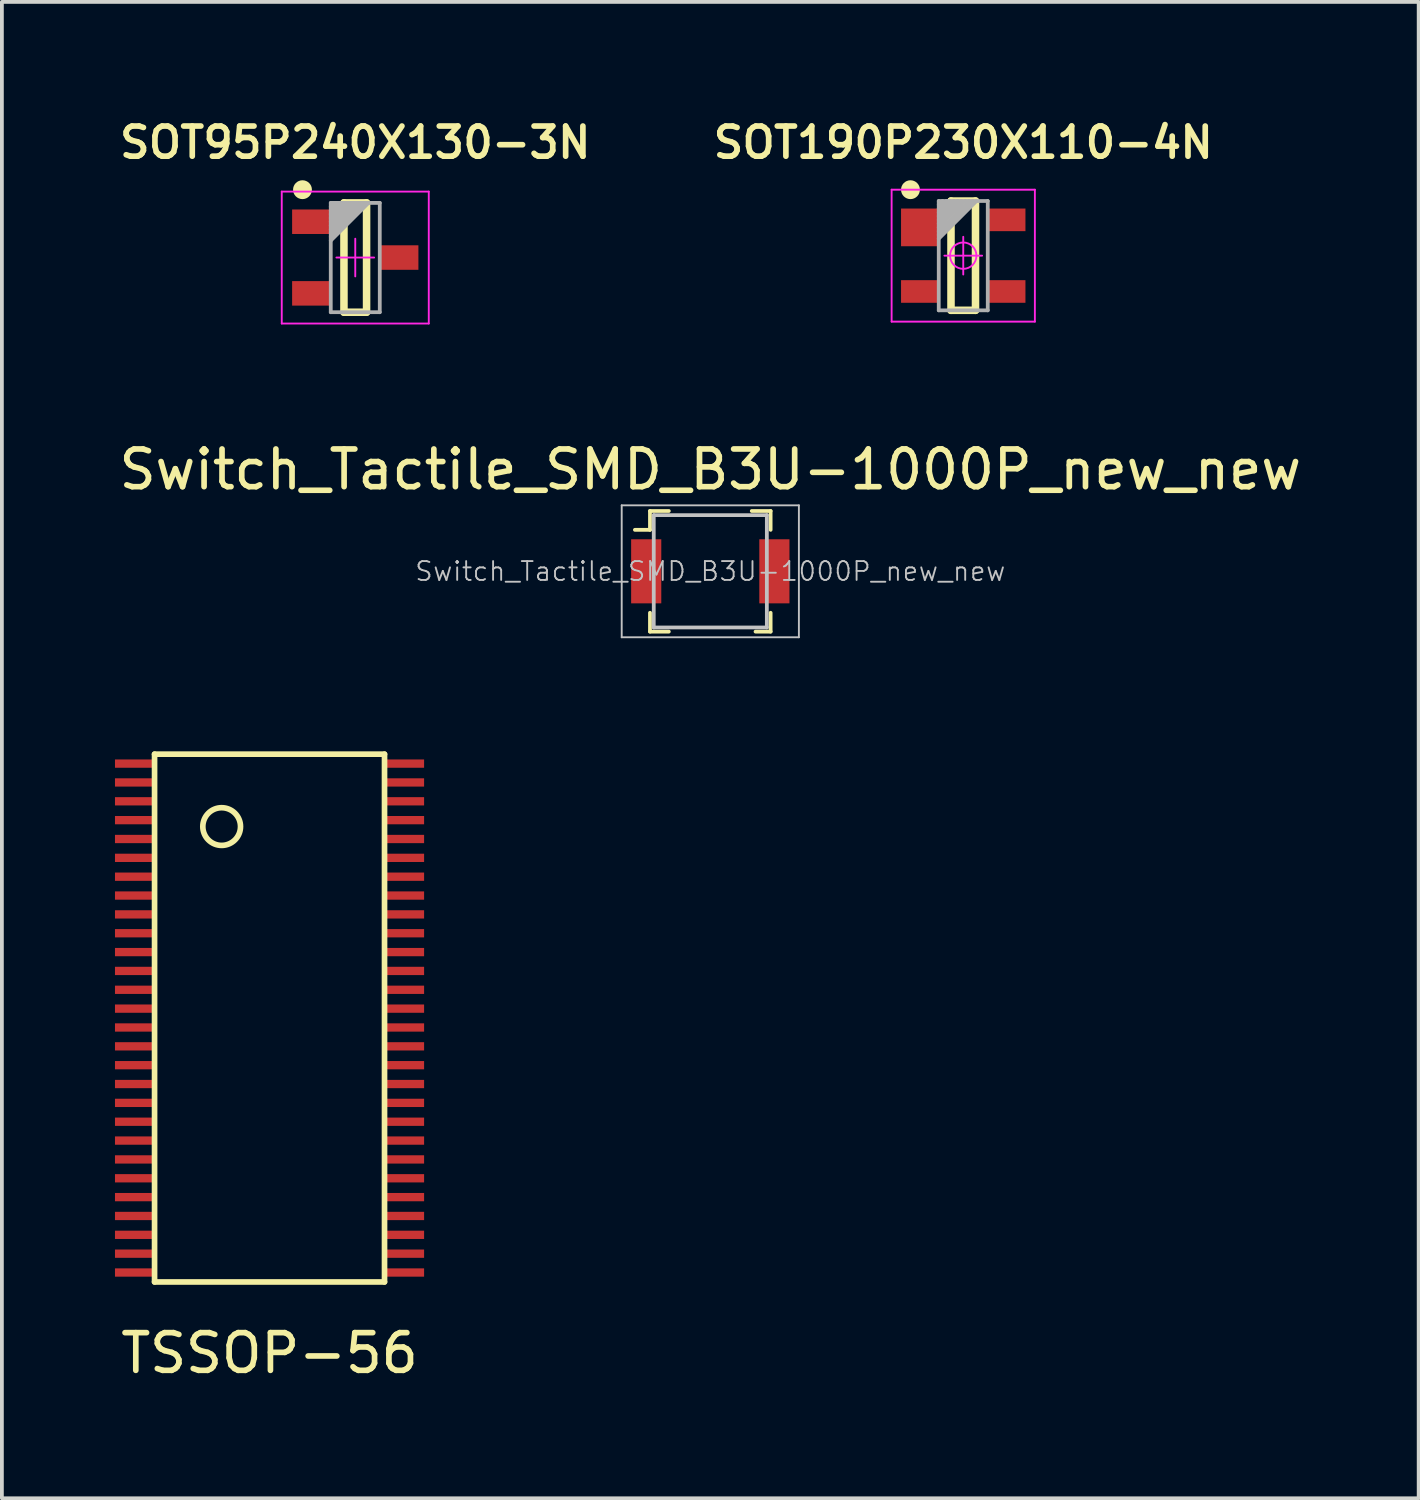
<source format=kicad_pcb>
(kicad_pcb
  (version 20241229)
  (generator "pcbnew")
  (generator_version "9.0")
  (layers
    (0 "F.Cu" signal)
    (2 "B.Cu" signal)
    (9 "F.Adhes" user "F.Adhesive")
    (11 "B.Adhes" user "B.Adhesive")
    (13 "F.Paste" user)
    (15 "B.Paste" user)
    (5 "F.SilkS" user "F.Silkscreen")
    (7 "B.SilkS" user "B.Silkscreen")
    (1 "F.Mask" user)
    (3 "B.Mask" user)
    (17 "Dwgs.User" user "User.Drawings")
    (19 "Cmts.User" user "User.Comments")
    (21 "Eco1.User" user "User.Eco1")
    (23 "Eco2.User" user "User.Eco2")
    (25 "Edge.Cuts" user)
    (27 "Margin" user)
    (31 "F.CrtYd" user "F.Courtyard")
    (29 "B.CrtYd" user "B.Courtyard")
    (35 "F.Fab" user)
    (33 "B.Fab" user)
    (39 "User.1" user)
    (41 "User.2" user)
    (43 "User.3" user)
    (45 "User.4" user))
  (footprint "SOT95P240X130-3N"
    (layer "F.Cu")
    (at 6.374 3.782)
    (property "Reference" "SOT95P240X130-3N" (at 0 -3.051 0) (layer "F.SilkS") (effects (font (size 0.8 0.8) (thickness 0.15))))
    (attr through_hole)
    (fp_line (start -0.3 -1.45) (end 0.3 -1.45) (stroke (width 0.2) (type solid)) (layer "F.SilkS"))
    (fp_line (start -0.3 1.45) (end -0.3 -1.45) (stroke (width 0.2) (type solid)) (layer "F.SilkS"))
    (fp_line (start -0.3 1.45) (end 0.3 1.45) (stroke (width 0.2) (type solid)) (layer "F.SilkS"))
    (fp_line (start 0.3 1.45) (end 0.3 -1.45) (stroke (width 0.2) (type solid)) (layer "F.SilkS"))
    (fp_circle (center -1.4 -1.8) (end -1.275 -1.8) (stroke (width 0.25) (type solid)) (fill no) (layer "F.SilkS"))
    (fp_line (start -1.95 -1.75) (end 1.95 -1.75) (stroke (width 0.05) (type solid)) (layer "F.CrtYd"))
    (fp_line (start -1.95 1.75) (end -1.95 -1.75) (stroke (width 0.05) (type solid)) (layer "F.CrtYd"))
    (fp_line (start -1.95 1.75) (end 1.95 1.75) (stroke (width 0.05) (type solid)) (layer "F.CrtYd"))
    (fp_line (start -0.5 0) (end 0.5 0) (stroke (width 0.05) (type solid)) (layer "F.CrtYd"))
    (fp_line (start 0 0.5) (end 0 -0.5) (stroke (width 0.05) (type solid)) (layer "F.CrtYd"))
    (fp_line (start 1.95 1.75) (end 1.95 -1.75) (stroke (width 0.05) (type solid)) (layer "F.CrtYd"))
    (fp_line (start -0.65 -1.45) (end 0.65 -1.45) (stroke (width 0.1) (type solid)) (layer "F.Fab"))
    (fp_line (start -0.65 -1.35) (end -0.55 -1.45) (stroke (width 0.1) (type solid)) (layer "F.Fab"))
    (fp_line (start -0.65 -1.25) (end -0.45 -1.45) (stroke (width 0.1) (type solid)) (layer "F.Fab"))
    (fp_line (start -0.65 -1.15) (end -0.35 -1.45) (stroke (width 0.1) (type solid)) (layer "F.Fab"))
    (fp_line (start -0.65 -1.05) (end -0.25 -1.45) (stroke (width 0.1) (type solid)) (layer "F.Fab"))
    (fp_line (start -0.65 -0.95) (end -0.15 -1.45) (stroke (width 0.1) (type solid)) (layer "F.Fab"))
    (fp_line (start -0.65 -0.85) (end -0.05 -1.45) (stroke (width 0.1) (type solid)) (layer "F.Fab"))
    (fp_line (start -0.65 -0.75) (end 0.05 -1.45) (stroke (width 0.1) (type solid)) (layer "F.Fab"))
    (fp_line (start -0.65 -0.65) (end 0.15 -1.45) (stroke (width 0.1) (type solid)) (layer "F.Fab"))
    (fp_line (start -0.65 -0.55) (end 0.25 -1.45) (stroke (width 0.1) (type solid)) (layer "F.Fab"))
    (fp_line (start -0.65 -0.45) (end 0.35 -1.45) (stroke (width 0.1) (type solid)) (layer "F.Fab"))
    (fp_line (start -0.65 1.45) (end -0.65 -1.45) (stroke (width 0.1) (type solid)) (layer "F.Fab"))
    (fp_line (start -0.65 1.45) (end 0.65 1.45) (stroke (width 0.1) (type solid)) (layer "F.Fab"))
    (fp_line (start 0.65 1.45) (end 0.65 -1.45) (stroke (width 0.1) (type solid)) (layer "F.Fab"))
    (pad "1" smd rect (at -1.15 -0.95) (size 1.05 0.65) (layers "F.Cu" "F.Mask" "F.Paste"))
    (pad "2" smd rect (at -1.15 0.95) (size 1.05 0.65) (layers "F.Cu" "F.Mask" "F.Paste"))
    (pad "3" smd rect (at 1.15 0) (size 1.05 0.65) (layers "F.Cu" "F.Mask" "F.Paste")))
  (footprint "TSSOP-56"
    (layer "F.Cu")
    (at 4.1 23.956)
    (property "Reference" "TSSOP-56" (at 0 8.89 0) (layer "F.SilkS") (effects (font (size 1 1) (thickness 0.15))))
    (attr through_hole)
    (fp_line (start -3.05 -7) (end -3.05 7) (stroke (width 0.15) (type solid)) (layer "F.SilkS"))
    (fp_line (start -3.05 7) (end 3.05 7) (stroke (width 0.15) (type solid)) (layer "F.SilkS"))
    (fp_line (start 3.05 -7) (end -3.05 -7) (stroke (width 0.15) (type solid)) (layer "F.SilkS"))
    (fp_line (start 3.05 7) (end 3.05 -7) (stroke (width 0.15) (type solid)) (layer "F.SilkS"))
    (fp_circle (center -1.27 -5.08) (end -0.77 -5.08) (stroke (width 0.15) (type solid)) (fill no) (layer "F.SilkS"))
    (pad "1" smd rect (at -3.55 -6.75) (size 1.1 0.22) (layers "F.Cu" "F.Mask" "F.Paste"))
    (pad "2" smd rect (at -3.55 -6.25) (size 1.1 0.22) (layers "F.Cu" "F.Mask" "F.Paste"))
    (pad "3" smd rect (at -3.55 -5.75) (size 1.1 0.22) (layers "F.Cu" "F.Mask" "F.Paste"))
    (pad "4" smd rect (at -3.55 -5.25) (size 1.1 0.22) (layers "F.Cu" "F.Mask" "F.Paste"))
    (pad "5" smd rect (at -3.55 -4.75) (size 1.1 0.22) (layers "F.Cu" "F.Mask" "F.Paste"))
    (pad "6" smd rect (at -3.55 -4.25) (size 1.1 0.22) (layers "F.Cu" "F.Mask" "F.Paste"))
    (pad "7" smd rect (at -3.55 -3.75) (size 1.1 0.22) (layers "F.Cu" "F.Mask" "F.Paste"))
    (pad "8" smd rect (at -3.55 -3.25) (size 1.1 0.22) (layers "F.Cu" "F.Mask" "F.Paste"))
    (pad "9" smd rect (at -3.55 -2.75) (size 1.1 0.22) (layers "F.Cu" "F.Mask" "F.Paste"))
    (pad "10" smd rect (at -3.55 -2.25) (size 1.1 0.22) (layers "F.Cu" "F.Mask" "F.Paste"))
    (pad "11" smd rect (at -3.55 -1.75) (size 1.1 0.22) (layers "F.Cu" "F.Mask" "F.Paste"))
    (pad "12" smd rect (at -3.55 -1.25) (size 1.1 0.22) (layers "F.Cu" "F.Mask" "F.Paste"))
    (pad "13" smd rect (at -3.55 -0.75) (size 1.1 0.22) (layers "F.Cu" "F.Mask" "F.Paste"))
    (pad "14" smd rect (at -3.55 -0.25) (size 1.1 0.22) (layers "F.Cu" "F.Mask" "F.Paste"))
    (pad "15" smd rect (at -3.55 0.25) (size 1.1 0.22) (layers "F.Cu" "F.Mask" "F.Paste"))
    (pad "16" smd rect (at -3.55 0.75) (size 1.1 0.22) (layers "F.Cu" "F.Mask" "F.Paste"))
    (pad "17" smd rect (at -3.55 1.25) (size 1.1 0.22) (layers "F.Cu" "F.Mask" "F.Paste"))
    (pad "18" smd rect (at -3.55 1.75) (size 1.1 0.22) (layers "F.Cu" "F.Mask" "F.Paste"))
    (pad "19" smd rect (at -3.55 2.25) (size 1.1 0.22) (layers "F.Cu" "F.Mask" "F.Paste"))
    (pad "20" smd rect (at -3.55 2.75) (size 1.1 0.22) (layers "F.Cu" "F.Mask" "F.Paste"))
    (pad "21" smd rect (at -3.55 3.25) (size 1.1 0.22) (layers "F.Cu" "F.Mask" "F.Paste"))
    (pad "22" smd rect (at -3.55 3.75) (size 1.1 0.22) (layers "F.Cu" "F.Mask" "F.Paste"))
    (pad "23" smd rect (at -3.55 4.25) (size 1.1 0.22) (layers "F.Cu" "F.Mask" "F.Paste"))
    (pad "24" smd rect (at -3.55 4.75) (size 1.1 0.22) (layers "F.Cu" "F.Mask" "F.Paste"))
    (pad "25" smd rect (at -3.55 5.25) (size 1.1 0.22) (layers "F.Cu" "F.Mask" "F.Paste"))
    (pad "26" smd rect (at -3.55 5.75) (size 1.1 0.22) (layers "F.Cu" "F.Mask" "F.Paste"))
    (pad "27" smd rect (at -3.55 6.25) (size 1.1 0.22) (layers "F.Cu" "F.Mask" "F.Paste"))
    (pad "28" smd rect (at -3.55 6.75) (size 1.1 0.22) (layers "F.Cu" "F.Mask" "F.Paste"))
    (pad "29" smd rect (at 3.55 6.75) (size 1.1 0.22) (layers "F.Cu" "F.Mask" "F.Paste"))
    (pad "30" smd rect (at 3.55 6.25) (size 1.1 0.22) (layers "F.Cu" "F.Mask" "F.Paste"))
    (pad "31" smd rect (at 3.55 5.75) (size 1.1 0.22) (layers "F.Cu" "F.Mask" "F.Paste"))
    (pad "32" smd rect (at 3.55 5.25) (size 1.1 0.22) (layers "F.Cu" "F.Mask" "F.Paste"))
    (pad "33" smd rect (at 3.55 4.75) (size 1.1 0.22) (layers "F.Cu" "F.Mask" "F.Paste"))
    (pad "34" smd rect (at 3.55 4.25) (size 1.1 0.22) (layers "F.Cu" "F.Mask" "F.Paste"))
    (pad "35" smd rect (at 3.55 3.75) (size 1.1 0.22) (layers "F.Cu" "F.Mask" "F.Paste"))
    (pad "36" smd rect (at 3.55 3.25) (size 1.1 0.22) (layers "F.Cu" "F.Mask" "F.Paste"))
    (pad "37" smd rect (at 3.55 2.75) (size 1.1 0.22) (layers "F.Cu" "F.Mask" "F.Paste"))
    (pad "38" smd rect (at 3.55 2.25) (size 1.1 0.22) (layers "F.Cu" "F.Mask" "F.Paste"))
    (pad "39" smd rect (at 3.55 1.75) (size 1.1 0.22) (layers "F.Cu" "F.Mask" "F.Paste"))
    (pad "40" smd rect (at 3.55 1.25) (size 1.1 0.22) (layers "F.Cu" "F.Mask" "F.Paste"))
    (pad "41" smd rect (at 3.55 0.75) (size 1.1 0.22) (layers "F.Cu" "F.Mask" "F.Paste"))
    (pad "42" smd rect (at 3.55 0.25) (size 1.1 0.22) (layers "F.Cu" "F.Mask" "F.Paste"))
    (pad "43" smd rect (at 3.55 -0.25) (size 1.1 0.22) (layers "F.Cu" "F.Mask" "F.Paste"))
    (pad "44" smd rect (at 3.55 -0.75) (size 1.1 0.22) (layers "F.Cu" "F.Mask" "F.Paste"))
    (pad "45" smd rect (at 3.55 -1.25) (size 1.1 0.22) (layers "F.Cu" "F.Mask" "F.Paste"))
    (pad "46" smd rect (at 3.55 -1.75) (size 1.1 0.22) (layers "F.Cu" "F.Mask" "F.Paste"))
    (pad "47" smd rect (at 3.55 -2.25) (size 1.1 0.22) (layers "F.Cu" "F.Mask" "F.Paste"))
    (pad "48" smd rect (at 3.55 -2.75) (size 1.1 0.22) (layers "F.Cu" "F.Mask" "F.Paste"))
    (pad "49" smd rect (at 3.55 -3.25) (size 1.1 0.22) (layers "F.Cu" "F.Mask" "F.Paste"))
    (pad "50" smd rect (at 3.55 -3.75) (size 1.1 0.22) (layers "F.Cu" "F.Mask" "F.Paste"))
    (pad "51" smd rect (at 3.55 -4.25) (size 1.1 0.22) (layers "F.Cu" "F.Mask" "F.Paste"))
    (pad "52" smd rect (at 3.55 -4.75) (size 1.1 0.22) (layers "F.Cu" "F.Mask" "F.Paste"))
    (pad "53" smd rect (at 3.55 -5.25) (size 1.1 0.22) (layers "F.Cu" "F.Mask" "F.Paste"))
    (pad "54" smd rect (at 3.55 -5.75) (size 1.1 0.22) (layers "F.Cu" "F.Mask" "F.Paste"))
    (pad "55" smd rect (at 3.55 -6.25) (size 1.1 0.22) (layers "F.Cu" "F.Mask" "F.Paste"))
    (pad "56" smd rect (at 3.55 -6.75) (size 1.1 0.22) (layers "F.Cu" "F.Mask" "F.Paste")))
  (footprint "SOT190P230X110-4N"
    (layer "F.Cu")
    (at 22.502 3.732)
    (property "Reference" "SOT190P230X110-4N" (at 0 -3.001 0) (layer "F.SilkS") (effects (font (size 0.8 0.8) (thickness 0.15))))
    (attr through_hole)
    (fp_line (start -0.325 -1.45) (end 0.325 -1.45) (stroke (width 0.2) (type solid)) (layer "F.SilkS"))
    (fp_line (start -0.325 1.45) (end -0.325 -1.45) (stroke (width 0.2) (type solid)) (layer "F.SilkS"))
    (fp_line (start -0.325 1.45) (end 0.325 1.45) (stroke (width 0.2) (type solid)) (layer "F.SilkS"))
    (fp_line (start 0.325 1.45) (end 0.325 -1.45) (stroke (width 0.2) (type solid)) (layer "F.SilkS"))
    (fp_circle (center -1.4 -1.75) (end -1.275 -1.75) (stroke (width 0.25) (type solid)) (fill no) (layer "F.SilkS"))
    (fp_line (start -1.9 -1.75) (end 1.9 -1.75) (stroke (width 0.05) (type solid)) (layer "F.CrtYd"))
    (fp_line (start -1.9 1.75) (end -1.9 -1.75) (stroke (width 0.05) (type solid)) (layer "F.CrtYd"))
    (fp_line (start -1.9 1.75) (end 1.9 1.75) (stroke (width 0.05) (type solid)) (layer "F.CrtYd"))
    (fp_line (start -0.5 0) (end 0.5 0) (stroke (width 0.05) (type solid)) (layer "F.CrtYd"))
    (fp_line (start 0 0.5) (end 0 -0.5) (stroke (width 0.05) (type solid)) (layer "F.CrtYd"))
    (fp_line (start 1.9 1.75) (end 1.9 -1.75) (stroke (width 0.05) (type solid)) (layer "F.CrtYd"))
    (fp_circle (center 0 0) (end 0.35 0) (stroke (width 0.05) (type solid)) (fill no) (layer "F.CrtYd"))
    (fp_line (start -0.65 -1.45) (end 0.65 -1.45) (stroke (width 0.1) (type solid)) (layer "F.Fab"))
    (fp_line (start -0.65 -1.35) (end -0.55 -1.45) (stroke (width 0.1) (type solid)) (layer "F.Fab"))
    (fp_line (start -0.65 -1.25) (end -0.45 -1.45) (stroke (width 0.1) (type solid)) (layer "F.Fab"))
    (fp_line (start -0.65 -1.15) (end -0.35 -1.45) (stroke (width 0.1) (type solid)) (layer "F.Fab"))
    (fp_line (start -0.65 -1.05) (end -0.25 -1.45) (stroke (width 0.1) (type solid)) (layer "F.Fab"))
    (fp_line (start -0.65 -0.95) (end -0.15 -1.45) (stroke (width 0.1) (type solid)) (layer "F.Fab"))
    (fp_line (start -0.65 -0.85) (end -0.05 -1.45) (stroke (width 0.1) (type solid)) (layer "F.Fab"))
    (fp_line (start -0.65 -0.75) (end 0.05 -1.45) (stroke (width 0.1) (type solid)) (layer "F.Fab"))
    (fp_line (start -0.65 -0.65) (end 0.15 -1.45) (stroke (width 0.1) (type solid)) (layer "F.Fab"))
    (fp_line (start -0.65 -0.55) (end 0.25 -1.45) (stroke (width 0.1) (type solid)) (layer "F.Fab"))
    (fp_line (start -0.65 -0.45) (end 0.35 -1.45) (stroke (width 0.1) (type solid)) (layer "F.Fab"))
    (fp_line (start -0.65 1.45) (end -0.65 -1.45) (stroke (width 0.1) (type solid)) (layer "F.Fab"))
    (fp_line (start -0.65 1.45) (end 0.65 1.45) (stroke (width 0.1) (type solid)) (layer "F.Fab"))
    (fp_line (start 0.65 1.45) (end 0.65 -1.45) (stroke (width 0.1) (type solid)) (layer "F.Fab"))
    (pad "1" smd rect (at -1.15 -0.75 90) (size 1 1) (layers "F.Cu" "F.Mask" "F.Paste"))
    (pad "2" smd rect (at -1.15 0.95) (size 1 0.6) (layers "F.Cu" "F.Mask" "F.Paste"))
    (pad "3" smd rect (at 1.15 0.95) (size 1 0.6) (layers "F.Cu" "F.Mask" "F.Paste"))
    (pad "4" smd rect (at 1.15 -0.95) (size 1 0.6) (layers "F.Cu" "F.Mask" "F.Paste")))
  (footprint "Switch_Tactile_SMD_B3U-1000P_new_new"
    (layer "F.Cu")
    (at 15.792 12.105)
    (property "Reference" "Switch_Tactile_SMD_B3U-1000P_new_new" (at 0 -2.7 0) (layer "F.SilkS") (effects (font (size 1 1) (thickness 0.15))))
    (attr through_hole)
    (fp_line (start -1.6 -1.6) (end -1.6 -1.1) (stroke (width 0.1) (type solid)) (layer "F.SilkS"))
    (fp_line (start -1.6 -1.6) (end -1.1 -1.6) (stroke (width 0.1) (type solid)) (layer "F.SilkS"))
    (fp_line (start -1.6 -1.1) (end -2 -1.1) (stroke (width 0.1) (type solid)) (layer "F.SilkS"))
    (fp_line (start -1.6 1.6) (end -1.6 1.1) (stroke (width 0.1) (type solid)) (layer "F.SilkS"))
    (fp_line (start -1.6 1.6) (end -1.1 1.6) (stroke (width 0.1) (type solid)) (layer "F.SilkS"))
    (fp_line (start 1.6 -1.6) (end 1.1 -1.6) (stroke (width 0.1) (type solid)) (layer "F.SilkS"))
    (fp_line (start 1.6 -1.6) (end 1.6 -1.1) (stroke (width 0.1) (type solid)) (layer "F.SilkS"))
    (fp_line (start 1.6 1.6) (end 1.2 1.6) (stroke (width 0.1) (type solid)) (layer "F.SilkS"))
    (fp_line (start 1.6 1.6) (end 1.6 1.1) (stroke (width 0.1) (type solid)) (layer "F.SilkS"))
    (fp_line (start -2.35 -1.75) (end 2.35 -1.75) (stroke (width 0.05) (type solid)) (layer "Dwgs.User"))
    (fp_line (start -2.35 1.75) (end -2.35 -1.75) (stroke (width 0.05) (type solid)) (layer "Dwgs.User"))
    (fp_line (start -2.35 1.75) (end 2.35 1.75) (stroke (width 0.05) (type solid)) (layer "Dwgs.User"))
    (fp_line (start -1.5 -1.49) (end -1.5 1.49) (stroke (width 0.1) (type solid)) (layer "Dwgs.User"))
    (fp_line (start -1.5 -1.49) (end 1.5 -1.49) (stroke (width 0.1) (type solid)) (layer "Dwgs.User"))
    (fp_line (start -1.5 1.49) (end 1.5 1.49) (stroke (width 0.1) (type solid)) (layer "Dwgs.User"))
    (fp_line (start 1.5 -1.49) (end 1.5 1.49) (stroke (width 0.1) (type solid)) (layer "Dwgs.User"))
    (fp_line (start 2.35 1.75) (end 2.35 -1.75) (stroke (width 0.05) (type solid)) (layer "Dwgs.User"))
    (fp_text user "${REFERENCE}" (at 0 0 0) (layer "Dwgs.User") (effects (font (size 0.5 0.5) (thickness 0.05))))
    (pad "1" smd rect (at -1.7 0) (size 0.8 1.7) (layers "F.Cu" "F.Mask" "F.Paste"))
    (pad "2" smd rect (at 1.7 0) (size 0.8 1.7) (layers "F.Cu" "F.Mask" "F.Paste")))
  (gr_rect
    (start -3 -3)
    (end 34.583 36.694)
    (stroke (width 0.1) (type default))
    (fill no)
    (layer "Edge.Cuts")))
</source>
